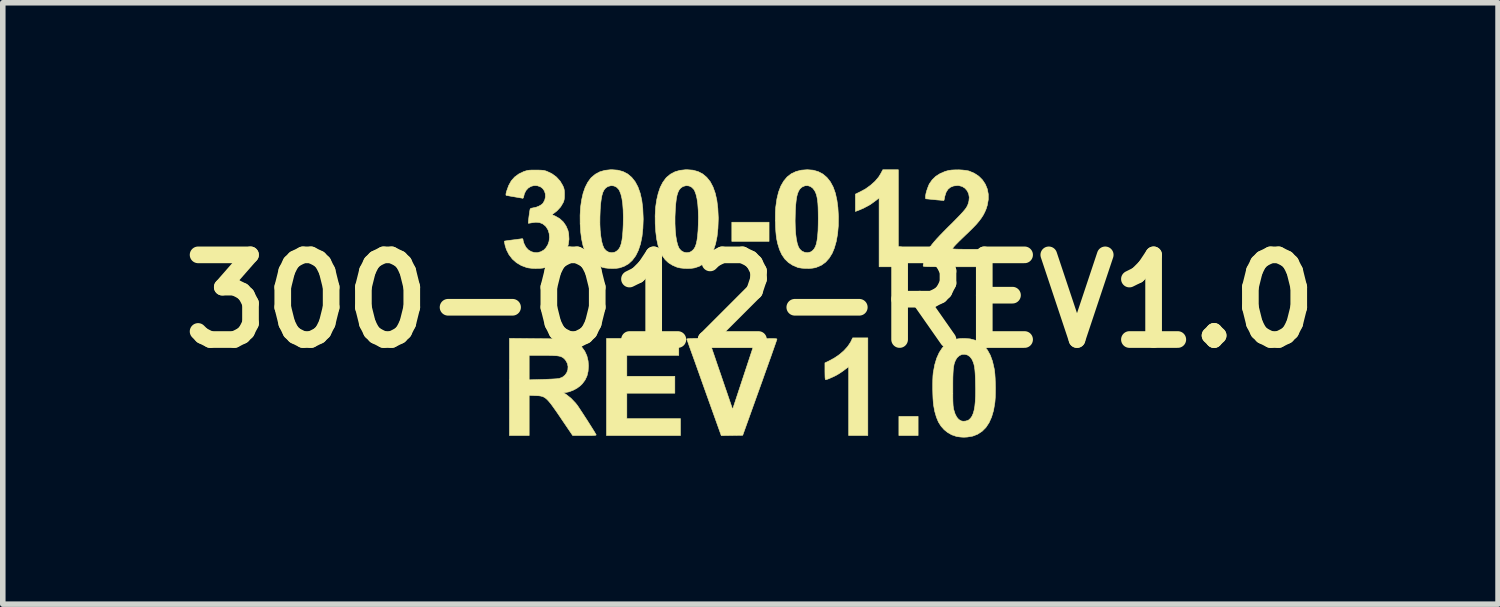
<source format=kicad_pcb>
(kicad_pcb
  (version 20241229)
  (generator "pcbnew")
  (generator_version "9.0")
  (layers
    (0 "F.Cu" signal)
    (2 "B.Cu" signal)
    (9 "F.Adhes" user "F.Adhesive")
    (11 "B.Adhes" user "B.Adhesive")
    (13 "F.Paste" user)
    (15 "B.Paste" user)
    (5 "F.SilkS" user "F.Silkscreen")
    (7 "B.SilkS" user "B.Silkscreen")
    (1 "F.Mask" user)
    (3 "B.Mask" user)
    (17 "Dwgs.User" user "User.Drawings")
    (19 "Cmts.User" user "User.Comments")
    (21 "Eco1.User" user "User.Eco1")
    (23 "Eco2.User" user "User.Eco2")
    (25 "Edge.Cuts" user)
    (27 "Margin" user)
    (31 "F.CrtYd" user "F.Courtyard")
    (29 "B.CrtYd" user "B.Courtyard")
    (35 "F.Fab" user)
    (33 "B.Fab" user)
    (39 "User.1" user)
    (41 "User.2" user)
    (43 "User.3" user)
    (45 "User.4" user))
  (footprint "300-012-REV1.0"
    (layer "F.Cu")
    (at 10.458 2.372)
    (property "Reference" "300-012-REV1.0" (at 0 0 0) (layer "F.SilkS") (effects (font (size 1.524 1.524) (thickness 0.3))))
    (attr through_hole)
    (fp_poly (pts (xy 0.335 -1.077) (xy -0.335 -1.077) (xy -0.335 -1.422) (xy 0.335 -1.422) (xy 0.335 -1.077)) (stroke (width 0.01) (type solid)) (fill yes) (layer "F.SilkS"))
    (fp_poly (pts (xy 3.018 2.418) (xy 2.672 2.418) (xy 2.672 2.073) (xy 3.018 2.073) (xy 3.018 2.418)) (stroke (width 0.01) (type solid)) (fill yes) (layer "F.SilkS"))
    (fp_poly (pts (xy -1.29 0.975) (xy -2.225 0.975) (xy -2.225 1.351) (xy -1.361 1.351) (xy -1.361 1.656) (xy -2.225 1.656) (xy -2.225 2.113) (xy -1.26 2.113) (xy -1.26 2.418) (xy -2.591 2.418) (xy -2.591 0.671) (xy -1.29 0.671) (xy -1.29 0.975)) (stroke (width 0.01) (type solid)) (fill yes) (layer "F.SilkS"))
    (fp_poly (pts (xy 2.662 -0.62) (xy 2.316 -0.62) (xy 2.316 -1.861) (xy 2.268 -1.821) (xy 2.158 -1.741) (xy 2.034 -1.674) (xy 1.954 -1.64) (xy 1.89 -1.616) (xy 1.89 -1.928) (xy 1.966 -1.965) (xy 2.069 -2.02) (xy 2.161 -2.086) (xy 2.242 -2.158) (xy 2.307 -2.234) (xy 2.347 -2.299) (xy 2.383 -2.367) (xy 2.522 -2.367) (xy 2.662 -2.367) (xy 2.662 -0.62)) (stroke (width 0.01) (type solid)) (fill yes) (layer "F.SilkS"))
    (fp_poly (pts (xy 2.113 2.418) (xy 1.768 2.418) (xy 1.768 1.178) (xy 1.704 1.227) (xy 1.663 1.258) (xy 1.616 1.29) (xy 1.578 1.314) (xy 1.541 1.335) (xy 1.497 1.357) (xy 1.452 1.377) (xy 1.411 1.395) (xy 1.377 1.407) (xy 1.356 1.412) (xy 1.355 1.412) (xy 1.349 1.408) (xy 1.346 1.395) (xy 1.343 1.37) (xy 1.342 1.33) (xy 1.341 1.273) (xy 1.341 1.261) (xy 1.341 1.11) (xy 1.418 1.073) (xy 1.513 1.021) (xy 1.602 0.96) (xy 1.681 0.892) (xy 1.747 0.82) (xy 1.797 0.747) (xy 1.808 0.727) (xy 1.84 0.66) (xy 2.113 0.66) (xy 2.113 2.418)) (stroke (width 0.01) (type solid)) (fill yes) (layer "F.SilkS"))
    (fp_poly (pts (xy -0.757 0.671) (xy -0.643 1.003) (xy -0.61 1.101) (xy -0.573 1.209) (xy -0.534 1.322) (xy -0.496 1.434) (xy -0.46 1.54) (xy -0.428 1.632) (xy -0.425 1.641) (xy -0.321 1.946) (xy 0.098 0.676) (xy 0.288 0.673) (xy 0.357 0.672) (xy 0.408 0.672) (xy 0.444 0.674) (xy 0.465 0.676) (xy 0.476 0.68) (xy 0.477 0.683) (xy 0.474 0.694) (xy 0.464 0.723) (xy 0.448 0.769) (xy 0.427 0.829) (xy 0.401 0.903) (xy 0.371 0.989) (xy 0.336 1.086) (xy 0.298 1.193) (xy 0.257 1.307) (xy 0.214 1.429) (xy 0.169 1.554) (xy -0.139 2.413) (xy -0.332 2.416) (xy -0.525 2.419) (xy -0.833 1.558) (xy -0.878 1.431) (xy -0.921 1.31) (xy -0.962 1.195) (xy -1 1.088) (xy -1.035 0.991) (xy -1.066 0.905) (xy -1.093 0.831) (xy -1.114 0.77) (xy -1.13 0.725) (xy -1.141 0.696) (xy -1.145 0.684) (xy -1.144 0.679) (xy -1.133 0.676) (xy -1.112 0.673) (xy -1.078 0.672) (xy -1.028 0.671) (xy -0.96 0.671) (xy -0.954 0.671) (xy -0.757 0.671)) (stroke (width 0.01) (type solid)) (fill yes) (layer "F.SilkS"))
    (fp_poly (pts (xy -2.386 -2.359) (xy -2.292 -2.333) (xy -2.209 -2.29) (xy -2.137 -2.229) (xy -2.076 -2.152) (xy -2.025 -2.057) (xy -1.985 -1.945) (xy -1.956 -1.817) (xy -1.938 -1.671) (xy -1.931 -1.508) (xy -1.93 -1.478) (xy -1.936 -1.313) (xy -1.952 -1.164) (xy -1.979 -1.032) (xy -2.017 -0.917) (xy -2.065 -0.819) (xy -2.125 -0.738) (xy -2.194 -0.674) (xy -2.275 -0.628) (xy -2.358 -0.6) (xy -2.415 -0.592) (xy -2.482 -0.589) (xy -2.552 -0.592) (xy -2.617 -0.599) (xy -2.67 -0.612) (xy -2.672 -0.612) (xy -2.755 -0.648) (xy -2.827 -0.693) (xy -2.888 -0.751) (xy -2.939 -0.821) (xy -2.981 -0.905) (xy -3.014 -1.003) (xy -3.039 -1.118) (xy -3.056 -1.25) (xy -3.065 -1.392) (xy -3.065 -1.394) (xy -2.71 -1.394) (xy -2.705 -1.278) (xy -2.694 -1.175) (xy -2.68 -1.085) (xy -2.66 -1.011) (xy -2.636 -0.954) (xy -2.632 -0.947) (xy -2.597 -0.909) (xy -2.552 -0.883) (xy -2.501 -0.873) (xy -2.451 -0.88) (xy -2.429 -0.889) (xy -2.396 -0.911) (xy -2.368 -0.941) (xy -2.345 -0.98) (xy -2.327 -1.032) (xy -2.313 -1.096) (xy -2.302 -1.176) (xy -2.295 -1.272) (xy -2.29 -1.377) (xy -2.288 -1.515) (xy -2.291 -1.64) (xy -2.299 -1.751) (xy -2.313 -1.847) (xy -2.332 -1.926) (xy -2.356 -1.987) (xy -2.37 -2.012) (xy -2.408 -2.052) (xy -2.456 -2.075) (xy -2.507 -2.081) (xy -2.56 -2.067) (xy -2.576 -2.059) (xy -2.608 -2.036) (xy -2.634 -2.004) (xy -2.656 -1.961) (xy -2.673 -1.905) (xy -2.686 -1.835) (xy -2.697 -1.749) (xy -2.704 -1.655) (xy -2.709 -1.52) (xy -2.71 -1.394) (xy -3.065 -1.394) (xy -3.066 -1.546) (xy -3.058 -1.69) (xy -3.039 -1.822) (xy -3.012 -1.942) (xy -2.975 -2.049) (xy -2.929 -2.139) (xy -2.876 -2.213) (xy -2.86 -2.23) (xy -2.789 -2.288) (xy -2.71 -2.33) (xy -2.619 -2.356) (xy -2.517 -2.367) (xy -2.49 -2.367) (xy -2.386 -2.359)) (stroke (width 0.01) (type solid)) (fill yes) (layer "F.SilkS"))
    (fp_poly (pts (xy -1.034 -2.359) (xy -0.941 -2.333) (xy -0.858 -2.29) (xy -0.786 -2.229) (xy -0.724 -2.152) (xy -0.674 -2.057) (xy -0.634 -1.945) (xy -0.605 -1.817) (xy -0.587 -1.671) (xy -0.579 -1.508) (xy -0.579 -1.478) (xy -0.585 -1.313) (xy -0.601 -1.164) (xy -0.628 -1.032) (xy -0.666 -0.917) (xy -0.714 -0.819) (xy -0.773 -0.738) (xy -0.843 -0.674) (xy -0.923 -0.628) (xy -1.007 -0.6) (xy -1.064 -0.592) (xy -1.131 -0.589) (xy -1.2 -0.592) (xy -1.266 -0.599) (xy -1.319 -0.612) (xy -1.321 -0.612) (xy -1.404 -0.648) (xy -1.476 -0.693) (xy -1.537 -0.751) (xy -1.588 -0.821) (xy -1.63 -0.905) (xy -1.663 -1.003) (xy -1.688 -1.118) (xy -1.704 -1.25) (xy -1.714 -1.392) (xy -1.714 -1.394) (xy -1.358 -1.394) (xy -1.353 -1.278) (xy -1.343 -1.175) (xy -1.328 -1.085) (xy -1.309 -1.011) (xy -1.285 -0.954) (xy -1.28 -0.947) (xy -1.246 -0.909) (xy -1.2 -0.883) (xy -1.15 -0.873) (xy -1.099 -0.88) (xy -1.078 -0.889) (xy -1.045 -0.911) (xy -1.017 -0.941) (xy -0.994 -0.98) (xy -0.976 -1.032) (xy -0.962 -1.096) (xy -0.951 -1.176) (xy -0.943 -1.272) (xy -0.939 -1.377) (xy -0.936 -1.515) (xy -0.94 -1.64) (xy -0.948 -1.751) (xy -0.962 -1.847) (xy -0.981 -1.926) (xy -1.004 -1.987) (xy -1.018 -2.012) (xy -1.057 -2.052) (xy -1.104 -2.075) (xy -1.156 -2.081) (xy -1.209 -2.067) (xy -1.224 -2.059) (xy -1.256 -2.036) (xy -1.283 -2.004) (xy -1.304 -1.961) (xy -1.322 -1.905) (xy -1.335 -1.835) (xy -1.345 -1.749) (xy -1.352 -1.655) (xy -1.358 -1.52) (xy -1.358 -1.394) (xy -1.714 -1.394) (xy -1.715 -1.546) (xy -1.707 -1.69) (xy -1.688 -1.822) (xy -1.66 -1.942) (xy -1.624 -2.049) (xy -1.578 -2.139) (xy -1.524 -2.213) (xy -1.509 -2.23) (xy -1.438 -2.288) (xy -1.358 -2.33) (xy -1.268 -2.356) (xy -1.165 -2.367) (xy -1.139 -2.367) (xy -1.034 -2.359)) (stroke (width 0.01) (type solid)) (fill yes) (layer "F.SilkS"))
    (fp_poly (pts (xy 1.129 -2.359) (xy 1.222 -2.332) (xy 1.304 -2.289) (xy 1.376 -2.228) (xy 1.438 -2.15) (xy 1.489 -2.056) (xy 1.529 -1.944) (xy 1.557 -1.816) (xy 1.574 -1.69) (xy 1.584 -1.522) (xy 1.582 -1.362) (xy 1.569 -1.214) (xy 1.545 -1.078) (xy 1.51 -0.956) (xy 1.472 -0.864) (xy 1.418 -0.776) (xy 1.354 -0.704) (xy 1.278 -0.649) (xy 1.189 -0.611) (xy 1.163 -0.603) (xy 1.115 -0.595) (xy 1.054 -0.59) (xy 0.989 -0.591) (xy 0.926 -0.595) (xy 0.873 -0.603) (xy 0.853 -0.608) (xy 0.763 -0.646) (xy 0.686 -0.695) (xy 0.62 -0.759) (xy 0.566 -0.837) (xy 0.523 -0.93) (xy 0.489 -1.041) (xy 0.472 -1.123) (xy 0.464 -1.182) (xy 0.457 -1.257) (xy 0.452 -1.342) (xy 0.45 -1.432) (xy 0.449 -1.446) (xy 0.804 -1.446) (xy 0.807 -1.325) (xy 0.814 -1.216) (xy 0.826 -1.122) (xy 0.842 -1.043) (xy 0.862 -0.982) (xy 0.886 -0.94) (xy 0.926 -0.902) (xy 0.975 -0.88) (xy 1.027 -0.873) (xy 1.078 -0.885) (xy 1.087 -0.889) (xy 1.119 -0.911) (xy 1.146 -0.941) (xy 1.169 -0.981) (xy 1.187 -1.033) (xy 1.2 -1.098) (xy 1.21 -1.177) (xy 1.217 -1.272) (xy 1.22 -1.385) (xy 1.221 -1.488) (xy 1.22 -1.596) (xy 1.218 -1.686) (xy 1.214 -1.761) (xy 1.207 -1.823) (xy 1.198 -1.875) (xy 1.187 -1.919) (xy 1.172 -1.958) (xy 1.161 -1.981) (xy 1.126 -2.031) (xy 1.083 -2.064) (xy 1.035 -2.08) (xy 0.984 -2.079) (xy 0.934 -2.058) (xy 0.919 -2.047) (xy 0.891 -2.021) (xy 0.868 -1.985) (xy 0.849 -1.94) (xy 0.834 -1.883) (xy 0.823 -1.811) (xy 0.814 -1.724) (xy 0.808 -1.619) (xy 0.807 -1.58) (xy 0.804 -1.446) (xy 0.449 -1.446) (xy 0.449 -1.521) (xy 0.45 -1.605) (xy 0.454 -1.678) (xy 0.456 -1.698) (xy 0.476 -1.84) (xy 0.506 -1.965) (xy 0.547 -2.073) (xy 0.599 -2.163) (xy 0.661 -2.237) (xy 0.734 -2.294) (xy 0.819 -2.334) (xy 0.915 -2.359) (xy 1.023 -2.367) (xy 1.025 -2.367) (xy 1.129 -2.359)) (stroke (width 0.01) (type solid)) (fill yes) (layer "F.SilkS"))
    (fp_poly (pts (xy -3.848 0.674) (xy -3.725 0.675) (xy -3.621 0.676) (xy -3.533 0.678) (xy -3.459 0.68) (xy -3.398 0.683) (xy -3.348 0.687) (xy -3.306 0.691) (xy -3.272 0.697) (xy -3.242 0.703) (xy -3.215 0.711) (xy -3.189 0.721) (xy -3.175 0.727) (xy -3.098 0.77) (xy -3.034 0.828) (xy -2.982 0.9) (xy -2.944 0.983) (xy -2.922 1.076) (xy -2.916 1.162) (xy -2.922 1.26) (xy -2.942 1.345) (xy -2.977 1.419) (xy -3.027 1.486) (xy -3.059 1.518) (xy -3.12 1.564) (xy -3.192 1.603) (xy -3.267 1.631) (xy -3.315 1.641) (xy -3.363 1.648) (xy -3.317 1.678) (xy -3.23 1.747) (xy -3.15 1.831) (xy -3.121 1.867) (xy -3.104 1.891) (xy -3.08 1.927) (xy -3.049 1.974) (xy -3.014 2.027) (xy -2.976 2.086) (xy -2.937 2.146) (xy -2.899 2.206) (xy -2.863 2.263) (xy -2.831 2.314) (xy -2.805 2.356) (xy -2.787 2.387) (xy -2.777 2.404) (xy -2.777 2.405) (xy -2.779 2.409) (xy -2.79 2.413) (xy -2.813 2.415) (xy -2.849 2.417) (xy -2.901 2.418) (xy -2.971 2.418) (xy -2.985 2.418) (xy -3.199 2.418) (xy -3.377 2.156) (xy -3.443 2.058) (xy -3.5 1.975) (xy -3.549 1.906) (xy -3.59 1.85) (xy -3.626 1.806) (xy -3.658 1.771) (xy -3.687 1.746) (xy -3.716 1.727) (xy -3.744 1.715) (xy -3.775 1.707) (xy -3.809 1.702) (xy -3.848 1.7) (xy -3.873 1.699) (xy -3.983 1.694) (xy -3.983 2.056) (xy -3.983 2.418) (xy -4.338 2.418) (xy -4.338 0.975) (xy -3.983 0.975) (xy -3.983 1.415) (xy -3.736 1.408) (xy -3.665 1.405) (xy -3.597 1.402) (xy -3.538 1.399) (xy -3.49 1.396) (xy -3.456 1.392) (xy -3.444 1.391) (xy -3.386 1.369) (xy -3.34 1.333) (xy -3.307 1.288) (xy -3.287 1.235) (xy -3.283 1.178) (xy -3.294 1.122) (xy -3.323 1.068) (xy -3.346 1.04) (xy -3.366 1.022) (xy -3.387 1.008) (xy -3.412 0.996) (xy -3.443 0.988) (xy -3.482 0.982) (xy -3.533 0.979) (xy -3.597 0.976) (xy -3.677 0.975) (xy -3.739 0.975) (xy -3.983 0.975) (xy -4.338 0.975) (xy -4.338 0.669) (xy -3.848 0.674)) (stroke (width 0.01) (type solid)) (fill yes) (layer "F.SilkS"))
    (fp_poly (pts (xy 3.955 0.678) (xy 4.049 0.703) (xy 4.133 0.745) (xy 4.205 0.803) (xy 4.266 0.879) (xy 4.317 0.971) (xy 4.357 1.081) (xy 4.386 1.208) (xy 4.394 1.253) (xy 4.4 1.313) (xy 4.405 1.388) (xy 4.408 1.473) (xy 4.41 1.562) (xy 4.409 1.65) (xy 4.407 1.731) (xy 4.402 1.801) (xy 4.399 1.829) (xy 4.376 1.965) (xy 4.341 2.084) (xy 4.295 2.187) (xy 4.238 2.273) (xy 4.17 2.341) (xy 4.091 2.393) (xy 4.002 2.428) (xy 3.901 2.445) (xy 3.837 2.448) (xy 3.789 2.445) (xy 3.739 2.439) (xy 3.706 2.433) (xy 3.624 2.405) (xy 3.549 2.362) (xy 3.487 2.312) (xy 3.431 2.249) (xy 3.384 2.175) (xy 3.347 2.086) (xy 3.317 1.982) (xy 3.297 1.873) (xy 3.291 1.817) (xy 3.286 1.747) (xy 3.283 1.667) (xy 3.281 1.582) (xy 3.281 1.565) (xy 3.643 1.565) (xy 3.643 1.658) (xy 3.643 1.734) (xy 3.644 1.794) (xy 3.646 1.842) (xy 3.648 1.88) (xy 3.652 1.91) (xy 3.656 1.935) (xy 3.66 1.953) (xy 3.684 2.03) (xy 3.714 2.087) (xy 3.749 2.128) (xy 3.79 2.153) (xy 3.827 2.161) (xy 3.87 2.158) (xy 3.911 2.147) (xy 3.931 2.136) (xy 3.962 2.107) (xy 3.988 2.07) (xy 4.009 2.022) (xy 4.026 1.963) (xy 4.039 1.891) (xy 4.047 1.805) (xy 4.052 1.702) (xy 4.053 1.582) (xy 4.051 1.481) (xy 4.049 1.382) (xy 4.045 1.302) (xy 4.04 1.235) (xy 4.033 1.181) (xy 4.023 1.136) (xy 4.01 1.096) (xy 3.994 1.06) (xy 3.985 1.042) (xy 3.95 0.997) (xy 3.906 0.968) (xy 3.858 0.955) (xy 3.808 0.958) (xy 3.761 0.979) (xy 3.721 1.015) (xy 3.709 1.033) (xy 3.692 1.062) (xy 3.678 1.095) (xy 3.666 1.132) (xy 3.658 1.176) (xy 3.651 1.229) (xy 3.647 1.294) (xy 3.644 1.373) (xy 3.643 1.468) (xy 3.643 1.565) (xy 3.281 1.565) (xy 3.281 1.497) (xy 3.282 1.417) (xy 3.285 1.346) (xy 3.29 1.29) (xy 3.292 1.28) (xy 3.317 1.145) (xy 3.352 1.027) (xy 3.398 0.925) (xy 3.453 0.841) (xy 3.517 0.774) (xy 3.591 0.725) (xy 3.594 0.723) (xy 3.653 0.697) (xy 3.711 0.681) (xy 3.775 0.672) (xy 3.85 0.67) (xy 3.955 0.678)) (stroke (width 0.01) (type solid)) (fill yes) (layer "F.SilkS"))
    (fp_poly (pts (xy 3.82 -2.361) (xy 3.881 -2.354) (xy 3.929 -2.345) (xy 3.935 -2.343) (xy 4.03 -2.303) (xy 4.111 -2.249) (xy 4.177 -2.183) (xy 4.228 -2.106) (xy 4.263 -2.021) (xy 4.281 -1.928) (xy 4.281 -1.829) (xy 4.263 -1.727) (xy 4.242 -1.66) (xy 4.218 -1.604) (xy 4.19 -1.55) (xy 4.156 -1.497) (xy 4.114 -1.441) (xy 4.063 -1.381) (xy 3.999 -1.315) (xy 3.922 -1.239) (xy 3.883 -1.202) (xy 3.807 -1.129) (xy 3.745 -1.069) (xy 3.697 -1.02) (xy 3.664 -0.984) (xy 3.644 -0.959) (xy 3.637 -0.944) (xy 3.637 -0.944) (xy 3.647 -0.942) (xy 3.676 -0.939) (xy 3.722 -0.937) (xy 3.783 -0.936) (xy 3.858 -0.935) (xy 3.946 -0.935) (xy 3.962 -0.935) (xy 4.288 -0.935) (xy 4.288 -0.62) (xy 3.698 -0.62) (xy 3.574 -0.62) (xy 3.469 -0.62) (xy 3.38 -0.62) (xy 3.308 -0.621) (xy 3.25 -0.621) (xy 3.204 -0.622) (xy 3.169 -0.623) (xy 3.144 -0.625) (xy 3.127 -0.627) (xy 3.117 -0.629) (xy 3.111 -0.632) (xy 3.109 -0.636) (xy 3.109 -0.638) (xy 3.112 -0.663) (xy 3.12 -0.701) (xy 3.132 -0.746) (xy 3.146 -0.793) (xy 3.16 -0.835) (xy 3.17 -0.858) (xy 3.189 -0.899) (xy 3.21 -0.938) (xy 3.236 -0.979) (xy 3.267 -1.021) (xy 3.306 -1.069) (xy 3.353 -1.122) (xy 3.411 -1.184) (xy 3.48 -1.255) (xy 3.562 -1.338) (xy 3.586 -1.361) (xy 3.663 -1.438) (xy 3.727 -1.503) (xy 3.779 -1.557) (xy 3.82 -1.602) (xy 3.853 -1.64) (xy 3.878 -1.672) (xy 3.896 -1.701) (xy 3.91 -1.728) (xy 3.92 -1.756) (xy 3.928 -1.785) (xy 3.933 -1.804) (xy 3.939 -1.871) (xy 3.928 -1.934) (xy 3.902 -1.988) (xy 3.863 -2.033) (xy 3.813 -2.065) (xy 3.754 -2.081) (xy 3.729 -2.083) (xy 3.658 -2.075) (xy 3.6 -2.052) (xy 3.555 -2.014) (xy 3.521 -1.959) (xy 3.498 -1.887) (xy 3.496 -1.875) (xy 3.49 -1.843) (xy 3.485 -1.821) (xy 3.482 -1.814) (xy 3.472 -1.814) (xy 3.445 -1.816) (xy 3.404 -1.82) (xy 3.354 -1.824) (xy 3.317 -1.828) (xy 3.155 -1.844) (xy 3.151 -1.872) (xy 3.153 -1.902) (xy 3.161 -1.945) (xy 3.175 -1.995) (xy 3.193 -2.046) (xy 3.212 -2.094) (xy 3.223 -2.116) (xy 3.272 -2.186) (xy 3.336 -2.248) (xy 3.415 -2.298) (xy 3.504 -2.336) (xy 3.566 -2.353) (xy 3.619 -2.361) (xy 3.683 -2.364) (xy 3.752 -2.365) (xy 3.82 -2.361)) (stroke (width 0.01) (type solid)) (fill yes) (layer "F.SilkS"))
    (fp_poly (pts (xy -3.861 -2.361) (xy -3.8 -2.36) (xy -3.755 -2.358) (xy -3.72 -2.354) (xy -3.69 -2.347) (xy -3.664 -2.338) (xy -3.572 -2.294) (xy -3.492 -2.235) (xy -3.426 -2.162) (xy -3.379 -2.083) (xy -3.364 -2.049) (xy -3.355 -2.02) (xy -3.35 -1.99) (xy -3.348 -1.951) (xy -3.348 -1.92) (xy -3.349 -1.868) (xy -3.353 -1.83) (xy -3.361 -1.799) (xy -3.371 -1.775) (xy -3.416 -1.699) (xy -3.477 -1.632) (xy -3.516 -1.6) (xy -3.574 -1.558) (xy -3.507 -1.529) (xy -3.432 -1.485) (xy -3.368 -1.426) (xy -3.319 -1.354) (xy -3.284 -1.272) (xy -3.272 -1.215) (xy -3.266 -1.116) (xy -3.279 -1.019) (xy -3.309 -0.928) (xy -3.355 -0.843) (xy -3.416 -0.766) (xy -3.491 -0.701) (xy -3.576 -0.648) (xy -3.673 -0.61) (xy -3.693 -0.605) (xy -3.743 -0.596) (xy -3.805 -0.591) (xy -3.873 -0.59) (xy -3.939 -0.593) (xy -3.997 -0.6) (xy -4.023 -0.605) (xy -4.122 -0.641) (xy -4.21 -0.693) (xy -4.285 -0.759) (xy -4.346 -0.838) (xy -4.392 -0.928) (xy -4.416 -1.005) (xy -4.423 -1.041) (xy -4.428 -1.068) (xy -4.429 -1.081) (xy -4.428 -1.081) (xy -4.418 -1.084) (xy -4.39 -1.088) (xy -4.35 -1.094) (xy -4.302 -1.1) (xy -4.288 -1.102) (xy -4.234 -1.108) (xy -4.186 -1.115) (xy -4.148 -1.12) (xy -4.125 -1.123) (xy -4.122 -1.124) (xy -4.102 -1.125) (xy -4.095 -1.116) (xy -4.094 -1.109) (xy -4.091 -1.088) (xy -4.082 -1.056) (xy -4.074 -1.034) (xy -4.042 -0.972) (xy -3.999 -0.925) (xy -3.947 -0.893) (xy -3.89 -0.876) (xy -3.831 -0.875) (xy -3.772 -0.891) (xy -3.718 -0.923) (xy -3.685 -0.956) (xy -3.648 -1.013) (xy -3.625 -1.079) (xy -3.617 -1.149) (xy -3.623 -1.219) (xy -3.643 -1.284) (xy -3.678 -1.34) (xy -3.691 -1.355) (xy -3.741 -1.394) (xy -3.797 -1.416) (xy -3.862 -1.422) (xy -3.938 -1.412) (xy -3.942 -1.411) (xy -3.972 -1.406) (xy -3.993 -1.403) (xy -3.998 -1.404) (xy -3.998 -1.414) (xy -3.996 -1.44) (xy -3.992 -1.477) (xy -3.987 -1.52) (xy -3.981 -1.564) (xy -3.975 -1.605) (xy -3.97 -1.637) (xy -3.967 -1.652) (xy -3.961 -1.666) (xy -3.944 -1.674) (xy -3.913 -1.68) (xy -3.909 -1.681) (xy -3.857 -1.692) (xy -3.807 -1.712) (xy -3.763 -1.737) (xy -3.733 -1.764) (xy -3.733 -1.765) (xy -3.703 -1.819) (xy -3.69 -1.877) (xy -3.692 -1.934) (xy -3.709 -1.986) (xy -3.74 -2.03) (xy -3.779 -2.059) (xy -3.838 -2.08) (xy -3.896 -2.082) (xy -3.951 -2.067) (xy -4 -2.037) (xy -4.04 -1.993) (xy -4.069 -1.936) (xy -4.08 -1.89) (xy -4.087 -1.863) (xy -4.096 -1.853) (xy -4.103 -1.853) (xy -4.119 -1.857) (xy -4.151 -1.862) (xy -4.194 -1.87) (xy -4.244 -1.878) (xy -4.252 -1.88) (xy -4.302 -1.888) (xy -4.346 -1.896) (xy -4.378 -1.902) (xy -4.395 -1.905) (xy -4.396 -1.905) (xy -4.401 -1.913) (xy -4.4 -1.934) (xy -4.392 -1.969) (xy -4.388 -1.982) (xy -4.352 -2.082) (xy -4.305 -2.167) (xy -4.244 -2.236) (xy -4.169 -2.291) (xy -4.08 -2.334) (xy -4.067 -2.338) (xy -4.035 -2.348) (xy -4.005 -2.355) (xy -3.972 -2.359) (xy -3.929 -2.361) (xy -3.873 -2.361) (xy -3.861 -2.361)) (stroke (width 0.01) (type solid)) (fill yes) (layer "F.SilkS")))
  (gr_rect
    (start -3 -3)
    (end 23.915 7.825)
    (stroke (width 0.1) (type default))
    (fill no)
    (layer "Edge.Cuts")))
</source>
